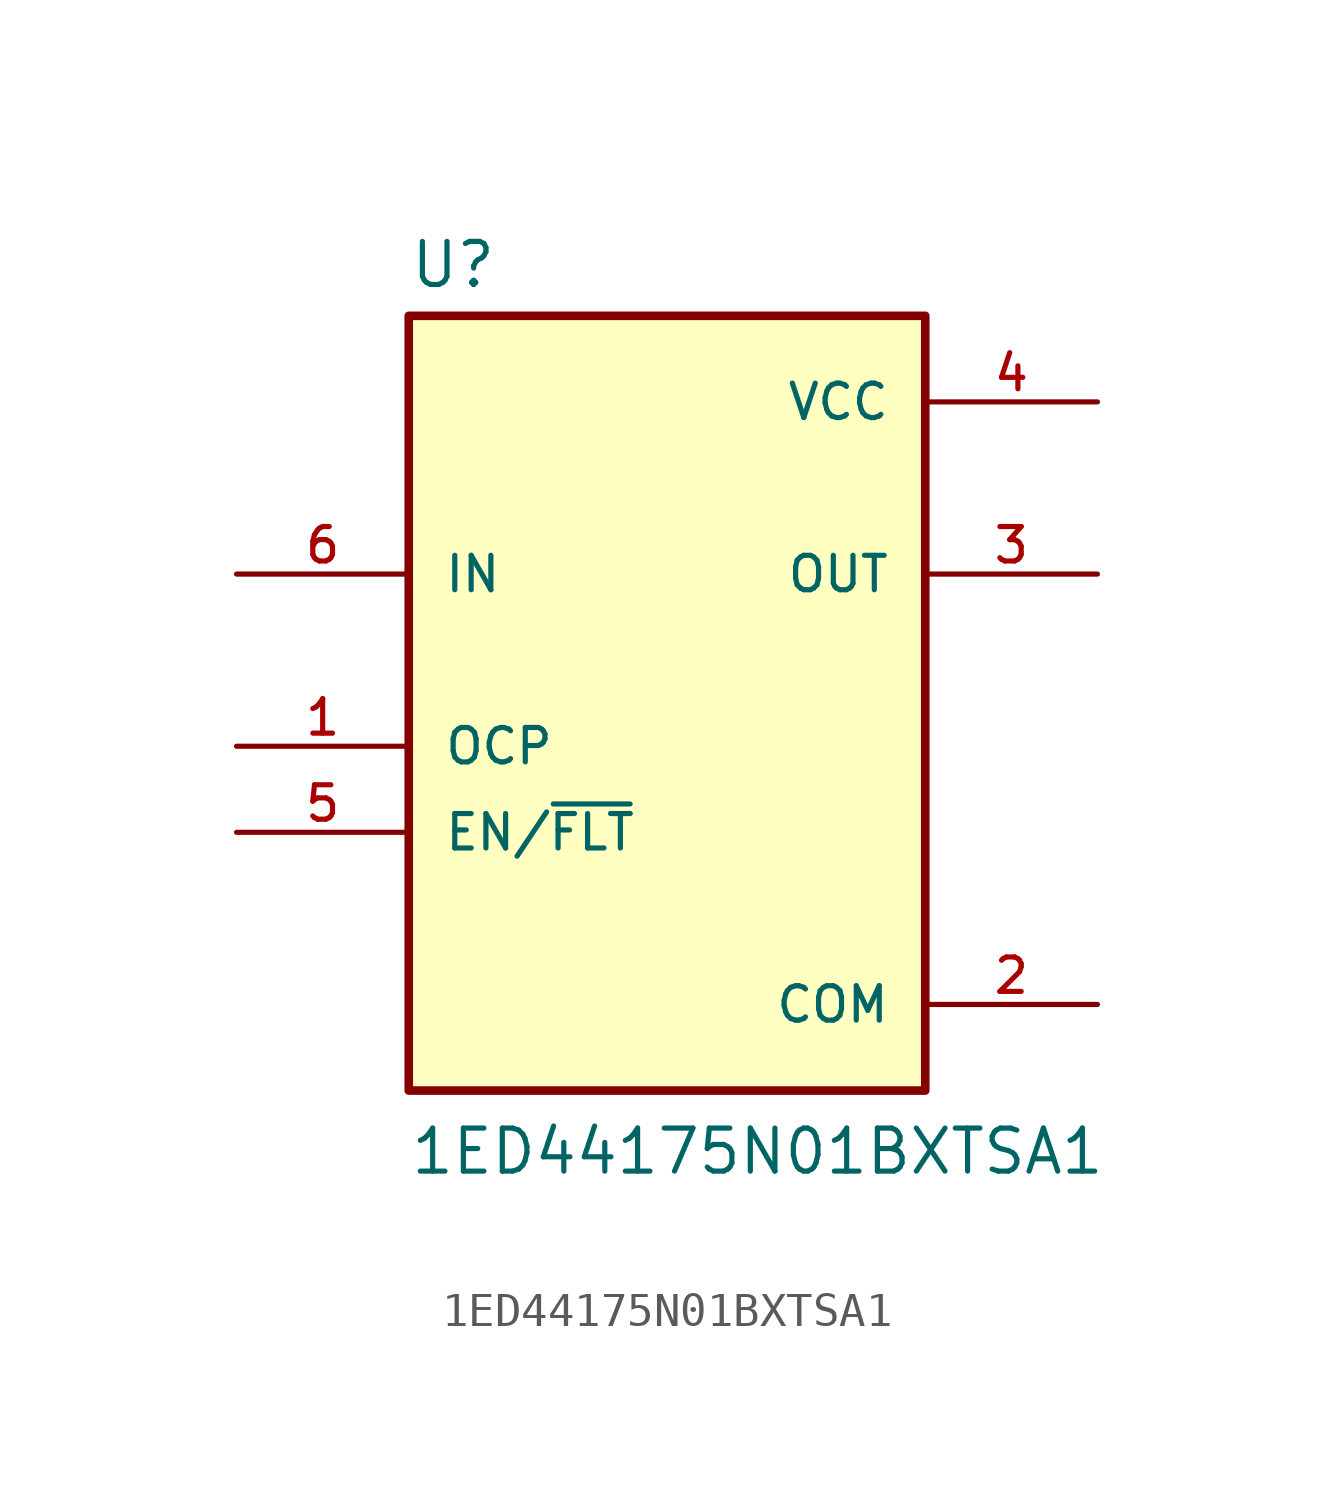
<source format=kicad_sym>
(kicad_symbol_lib
  (version 20211014)
  (generator kicad_symbol_editor)
  (symbol "1ED44175N01BXTSA1"
    (pin_names
      (offset 1.016))
    (property "Reference" "U"
      (at -7.62 10.922 0)
      (effects (font (size 1.27 1.27)) (justify bottom left)))
    (property "Value" "1ED44175N01BXTSA1"
      (at -7.62 -15.24 0)
      (effects (font (size 1.27 1.27)) (justify bottom left)))
    (symbol "1ED44175N01BXTSA1_0_0"
      (rectangle (start -7.62 -12.7) (end 7.62 10.16) (stroke (width 0.254)) (fill (type background)))
      (pin input line (at -12.7 -2.54 0) (length 5.08) (name "OCP" (effects (font (size 1.016 1.016)))) (number "1" (effects (font (size 1.016 1.016)))))
      (pin power_in line (at 12.7 -10.16 180.0) (length 5.08) (name "COM" (effects (font (size 1.016 1.016)))) (number "2" (effects (font (size 1.016 1.016)))))
      (pin output line (at 12.7 2.54 180.0) (length 5.08) (name "OUT" (effects (font (size 1.016 1.016)))) (number "3" (effects (font (size 1.016 1.016)))))
      (pin power_in line (at 12.7 7.62 180.0) (length 5.08) (name "VCC" (effects (font (size 1.016 1.016)))) (number "4" (effects (font (size 1.016 1.016)))))
      (pin bidirectional line (at -12.7 -5.08 0) (length 5.08) (name "EN/~{FLT}" (effects (font (size 1.016 1.016)))) (number "5" (effects (font (size 1.016 1.016)))))
      (pin input line (at -12.7 2.54 0) (length 5.08) (name "IN" (effects (font (size 1.016 1.016)))) (number "6" (effects (font (size 1.016 1.016))))))))
</source>
